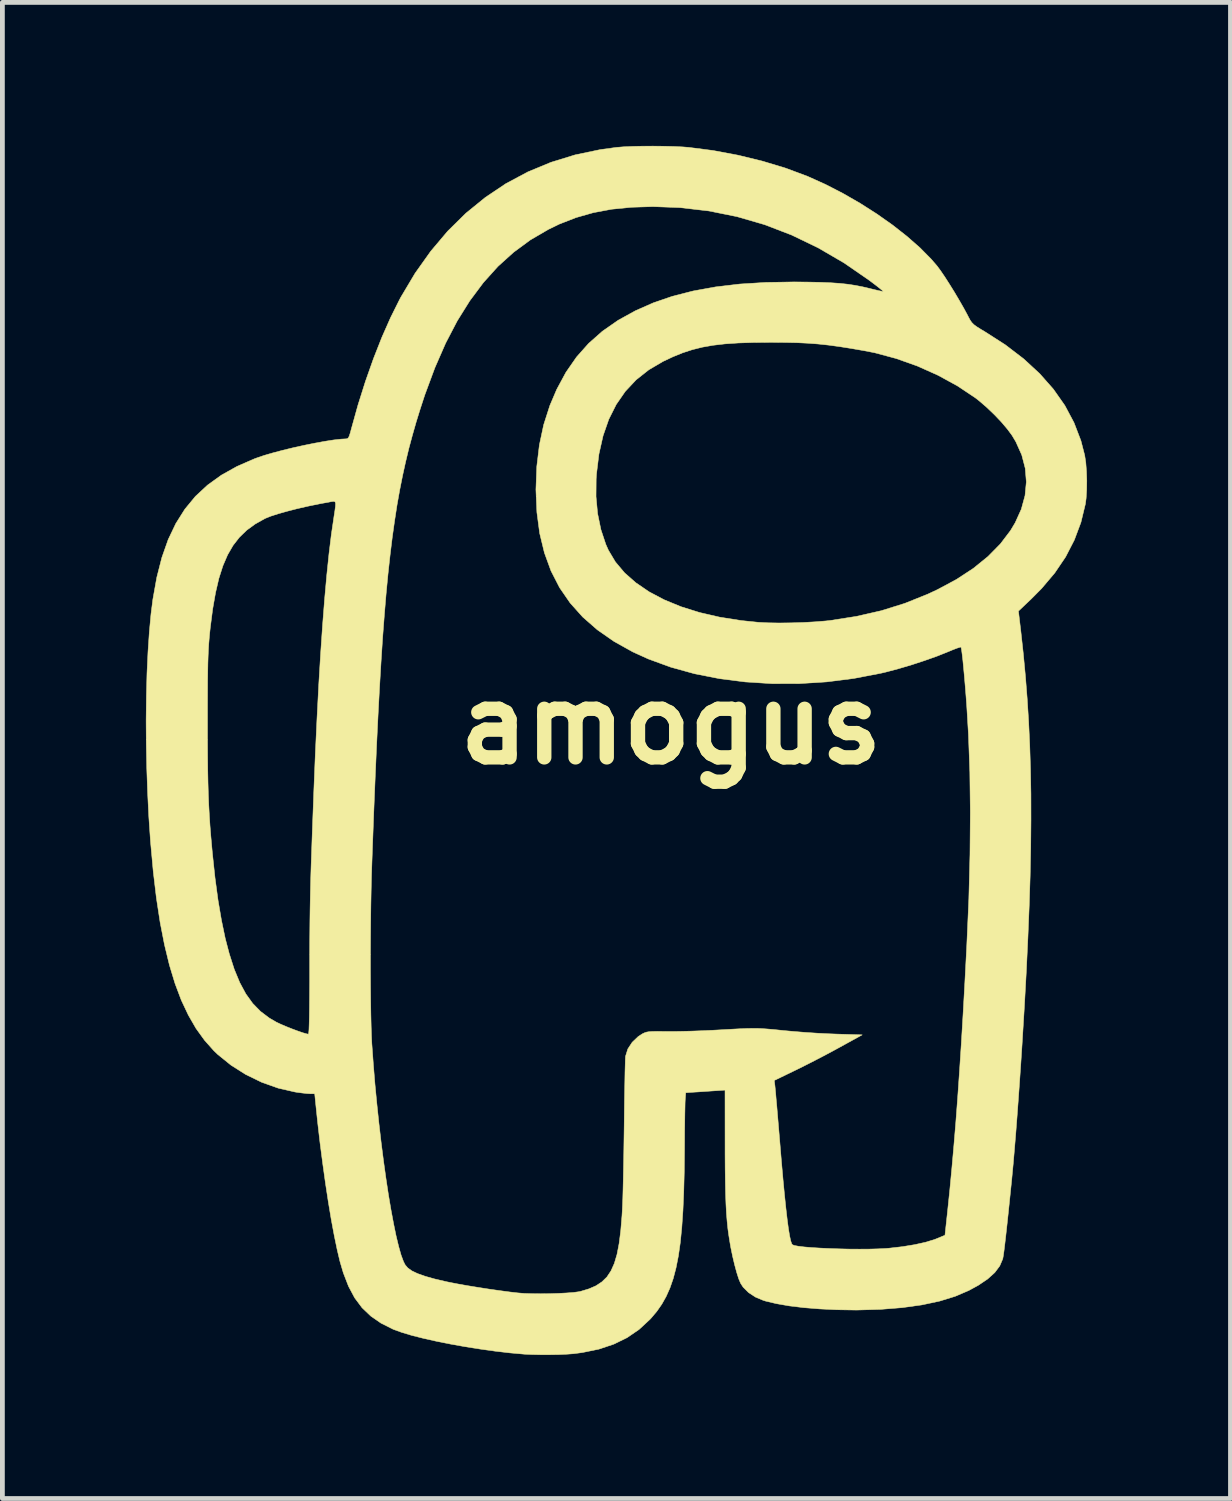
<source format=kicad_pcb>
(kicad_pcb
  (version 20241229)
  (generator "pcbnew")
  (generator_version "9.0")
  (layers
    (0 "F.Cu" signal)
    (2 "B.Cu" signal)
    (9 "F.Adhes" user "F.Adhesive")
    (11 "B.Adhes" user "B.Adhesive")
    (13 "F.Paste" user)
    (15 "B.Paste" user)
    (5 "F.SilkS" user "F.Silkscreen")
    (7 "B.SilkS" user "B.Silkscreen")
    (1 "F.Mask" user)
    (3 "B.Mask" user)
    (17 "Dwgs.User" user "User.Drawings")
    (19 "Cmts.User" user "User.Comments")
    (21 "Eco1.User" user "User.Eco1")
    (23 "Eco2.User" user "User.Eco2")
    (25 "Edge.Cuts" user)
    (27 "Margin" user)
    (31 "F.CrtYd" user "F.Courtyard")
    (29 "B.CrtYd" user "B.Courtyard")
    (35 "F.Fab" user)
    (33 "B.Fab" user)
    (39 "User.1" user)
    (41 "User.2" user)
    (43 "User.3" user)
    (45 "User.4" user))
  (footprint "amogus"
    (layer "F.Cu")
    (at 10.977 12.094)
    (property "Reference" "amogus" (at 0 0 0) (layer "F.SilkS") (effects (font (size 1.524 1.524) (thickness 0.3))))
    (attr through_hole)
    (fp_poly (pts (xy -0.153 -12.087) (xy 0.058 -12.082) (xy 0.245 -12.073) (xy 0.37 -12.063) (xy 0.883 -11.997) (xy 1.401 -11.9) (xy 1.91 -11.776) (xy 2.397 -11.629) (xy 2.85 -11.46) (xy 2.866 -11.453) (xy 3.23 -11.289) (xy 3.595 -11.101) (xy 3.955 -10.894) (xy 4.303 -10.672) (xy 4.632 -10.44) (xy 4.935 -10.202) (xy 5.207 -9.963) (xy 5.439 -9.728) (xy 5.561 -9.587) (xy 5.633 -9.49) (xy 5.723 -9.358) (xy 5.823 -9.202) (xy 5.928 -9.033) (xy 6.03 -8.86) (xy 6.124 -8.696) (xy 6.203 -8.549) (xy 6.217 -8.521) (xy 6.253 -8.454) (xy 6.288 -8.403) (xy 6.332 -8.358) (xy 6.395 -8.312) (xy 6.486 -8.255) (xy 6.557 -8.213) (xy 6.989 -7.936) (xy 7.372 -7.643) (xy 7.708 -7.333) (xy 7.995 -7.008) (xy 8.235 -6.666) (xy 8.426 -6.307) (xy 8.57 -5.932) (xy 8.649 -5.626) (xy 8.672 -5.475) (xy 8.686 -5.293) (xy 8.693 -5.096) (xy 8.69 -4.901) (xy 8.679 -4.726) (xy 8.664 -4.61) (xy 8.57 -4.222) (xy 8.432 -3.854) (xy 8.251 -3.503) (xy 8.023 -3.166) (xy 7.747 -2.84) (xy 7.533 -2.624) (xy 7.264 -2.369) (xy 7.315 -1.94) (xy 7.366 -1.475) (xy 7.41 -1.008) (xy 7.447 -0.537) (xy 7.477 -0.059) (xy 7.5 0.431) (xy 7.516 0.935) (xy 7.525 1.457) (xy 7.526 2) (xy 7.521 2.569) (xy 7.509 3.165) (xy 7.489 3.793) (xy 7.462 4.456) (xy 7.429 5.157) (xy 7.388 5.901) (xy 7.34 6.689) (xy 7.314 7.087) (xy 7.288 7.469) (xy 7.261 7.848) (xy 7.234 8.216) (xy 7.207 8.567) (xy 7.18 8.892) (xy 7.155 9.184) (xy 7.131 9.436) (xy 7.124 9.512) (xy 7.086 9.881) (xy 7.053 10.2) (xy 7.024 10.471) (xy 6.999 10.697) (xy 6.978 10.878) (xy 6.961 11.016) (xy 6.947 11.113) (xy 6.937 11.169) (xy 6.935 11.176) (xy 6.873 11.321) (xy 6.769 11.46) (xy 6.619 11.595) (xy 6.423 11.727) (xy 6.225 11.835) (xy 5.942 11.956) (xy 5.614 12.057) (xy 5.243 12.136) (xy 4.832 12.193) (xy 4.382 12.229) (xy 3.896 12.243) (xy 3.847 12.243) (xy 3.471 12.237) (xy 3.113 12.22) (xy 2.777 12.193) (xy 2.471 12.156) (xy 2.202 12.109) (xy 1.975 12.055) (xy 1.93 12.041) (xy 1.766 11.972) (xy 1.621 11.877) (xy 1.508 11.764) (xy 1.456 11.684) (xy 1.417 11.592) (xy 1.375 11.46) (xy 1.331 11.298) (xy 1.288 11.117) (xy 1.249 10.927) (xy 1.235 10.846) (xy 1.211 10.697) (xy 1.19 10.547) (xy 1.174 10.391) (xy 1.16 10.222) (xy 1.15 10.034) (xy 1.142 9.821) (xy 1.137 9.579) (xy 1.133 9.3) (xy 1.131 8.979) (xy 1.131 8.807) (xy 1.13 7.645) (xy 0.94 7.658) (xy 0.817 7.666) (xy 0.674 7.676) (xy 0.538 7.685) (xy 0.529 7.685) (xy 0.309 7.7) (xy 0.298 7.844) (xy 0.295 7.904) (xy 0.293 8.007) (xy 0.29 8.147) (xy 0.288 8.317) (xy 0.285 8.508) (xy 0.284 8.715) (xy 0.283 8.865) (xy 0.278 9.346) (xy 0.267 9.779) (xy 0.25 10.17) (xy 0.226 10.519) (xy 0.195 10.832) (xy 0.155 11.111) (xy 0.106 11.36) (xy 0.048 11.582) (xy -0.021 11.781) (xy -0.101 11.96) (xy -0.192 12.122) (xy -0.296 12.271) (xy -0.414 12.411) (xy -0.441 12.44) (xy -0.667 12.649) (xy -0.918 12.821) (xy -1.197 12.957) (xy -1.508 13.061) (xy -1.855 13.132) (xy -2.037 13.156) (xy -2.173 13.166) (xy -2.344 13.174) (xy -2.534 13.177) (xy -2.728 13.177) (xy -2.91 13.173) (xy -3.065 13.166) (xy -3.073 13.165) (xy -3.367 13.139) (xy -3.674 13.103) (xy -3.989 13.059) (xy -4.304 13.009) (xy -4.612 12.954) (xy -4.906 12.895) (xy -5.178 12.834) (xy -5.423 12.772) (xy -5.632 12.709) (xy -5.798 12.649) (xy -5.816 12.641) (xy -6.064 12.516) (xy -6.276 12.369) (xy -6.458 12.195) (xy -6.612 11.989) (xy -6.741 11.747) (xy -6.85 11.465) (xy -6.92 11.227) (xy -6.979 10.978) (xy -7.04 10.684) (xy -7.102 10.351) (xy -7.163 9.985) (xy -7.223 9.591) (xy -7.281 9.176) (xy -7.337 8.746) (xy -7.388 8.306) (xy -7.431 7.893) (xy -7.448 7.722) (xy -7.54 7.721) (xy -7.608 7.717) (xy -7.707 7.706) (xy -7.821 7.691) (xy -7.863 7.684) (xy -8.211 7.604) (xy -8.557 7.481) (xy -8.89 7.319) (xy -9.199 7.123) (xy -9.476 6.899) (xy -9.557 6.821) (xy -9.751 6.603) (xy -9.929 6.356) (xy -10.09 6.077) (xy -10.237 5.765) (xy -10.368 5.417) (xy -10.485 5.032) (xy -10.588 4.608) (xy -10.679 4.141) (xy -10.757 3.632) (xy -10.823 3.077) (xy -10.878 2.474) (xy -10.882 2.426) (xy -10.916 1.93) (xy -10.941 1.423) (xy -10.959 0.91) (xy -10.969 0.398) (xy -10.972 -0.051) (xy -9.689 -0.051) (xy -9.689 0.323) (xy -9.687 0.654) (xy -9.684 0.948) (xy -9.679 1.212) (xy -9.672 1.454) (xy -9.663 1.68) (xy -9.651 1.898) (xy -9.637 2.115) (xy -9.619 2.338) (xy -9.598 2.573) (xy -9.587 2.692) (xy -9.532 3.207) (xy -9.469 3.674) (xy -9.397 4.096) (xy -9.318 4.475) (xy -9.234 4.795) (xy -9.13 5.119) (xy -9.015 5.397) (xy -8.888 5.633) (xy -8.744 5.833) (xy -8.581 6) (xy -8.395 6.14) (xy -8.253 6.223) (xy -8.162 6.266) (xy -8.048 6.315) (xy -7.925 6.364) (xy -7.804 6.409) (xy -7.697 6.446) (xy -7.616 6.469) (xy -7.581 6.476) (xy -7.574 6.454) (xy -7.568 6.39) (xy -7.564 6.28) (xy -7.56 6.125) (xy -7.557 5.923) (xy -7.555 5.673) (xy -7.553 5.374) (xy -7.553 5.147) (xy -6.283 5.147) (xy -6.281 5.471) (xy -6.278 5.777) (xy -6.274 6.057) (xy -6.268 6.307) (xy -6.261 6.518) (xy -6.253 6.686) (xy -6.252 6.693) (xy -6.222 7.107) (xy -6.188 7.523) (xy -6.148 7.936) (xy -6.105 8.343) (xy -6.059 8.739) (xy -6.01 9.122) (xy -5.959 9.487) (xy -5.907 9.831) (xy -5.853 10.149) (xy -5.799 10.438) (xy -5.746 10.695) (xy -5.693 10.914) (xy -5.642 11.094) (xy -5.592 11.229) (xy -5.557 11.298) (xy -5.502 11.363) (xy -5.417 11.424) (xy -5.297 11.481) (xy -5.14 11.537) (xy -4.941 11.593) (xy -4.697 11.65) (xy -4.61 11.668) (xy -4.449 11.699) (xy -4.252 11.734) (xy -4.031 11.77) (xy -3.8 11.806) (xy -3.574 11.838) (xy -3.365 11.866) (xy -3.2 11.885) (xy -3.067 11.896) (xy -2.905 11.901) (xy -2.725 11.903) (xy -2.538 11.901) (xy -2.353 11.895) (xy -2.182 11.886) (xy -2.036 11.875) (xy -1.924 11.86) (xy -1.887 11.852) (xy -1.715 11.8) (xy -1.568 11.736) (xy -1.444 11.654) (xy -1.339 11.552) (xy -1.254 11.424) (xy -1.184 11.268) (xy -1.128 11.079) (xy -1.084 10.852) (xy -1.05 10.584) (xy -1.024 10.271) (xy -1.018 10.168) (xy -1.013 10.063) (xy -1.007 9.914) (xy -1.002 9.728) (xy -0.997 9.511) (xy -0.992 9.269) (xy -0.987 9.01) (xy -0.983 8.74) (xy -0.979 8.465) (xy -0.978 8.395) (xy -0.975 8.133) (xy -0.972 7.884) (xy -0.968 7.653) (xy -0.964 7.446) (xy -0.961 7.266) (xy -0.957 7.121) (xy -0.954 7.013) (xy -0.951 6.949) (xy -0.949 6.935) (xy -0.902 6.785) (xy -0.811 6.646) (xy -0.687 6.527) (xy -0.597 6.468) (xy -0.555 6.448) (xy -0.512 6.433) (xy -0.458 6.424) (xy -0.384 6.419) (xy -0.282 6.418) (xy -0.14 6.419) (xy -0.089 6.42) (xy 0.049 6.42) (xy 0.225 6.417) (xy 0.429 6.412) (xy 0.647 6.404) (xy 0.869 6.394) (xy 1.054 6.384) (xy 1.267 6.372) (xy 1.439 6.363) (xy 1.58 6.357) (xy 1.699 6.355) (xy 1.805 6.355) (xy 1.91 6.36) (xy 2.021 6.368) (xy 2.149 6.379) (xy 2.304 6.395) (xy 2.362 6.401) (xy 2.573 6.42) (xy 2.809 6.439) (xy 3.052 6.455) (xy 3.282 6.467) (xy 3.466 6.474) (xy 3.998 6.49) (xy 3.528 6.749) (xy 3.348 6.847) (xy 3.144 6.955) (xy 2.935 7.063) (xy 2.739 7.162) (xy 2.609 7.226) (xy 2.16 7.443) (xy 2.173 7.55) (xy 2.178 7.599) (xy 2.187 7.691) (xy 2.198 7.823) (xy 2.213 7.987) (xy 2.229 8.179) (xy 2.247 8.391) (xy 2.266 8.618) (xy 2.275 8.725) (xy 2.31 9.146) (xy 2.343 9.518) (xy 2.374 9.841) (xy 2.403 10.118) (xy 2.43 10.35) (xy 2.455 10.538) (xy 2.479 10.684) (xy 2.501 10.789) (xy 2.522 10.853) (xy 2.536 10.876) (xy 2.577 10.893) (xy 2.663 10.909) (xy 2.787 10.924) (xy 2.941 10.937) (xy 3.12 10.948) (xy 3.316 10.957) (xy 3.523 10.964) (xy 3.734 10.969) (xy 3.942 10.97) (xy 4.142 10.969) (xy 4.326 10.964) (xy 4.488 10.956) (xy 4.562 10.95) (xy 4.84 10.918) (xy 5.096 10.876) (xy 5.321 10.826) (xy 5.506 10.77) (xy 5.562 10.748) (xy 5.728 10.679) (xy 5.783 10.172) (xy 5.829 9.731) (xy 5.872 9.278) (xy 5.914 8.807) (xy 5.955 8.315) (xy 5.994 7.797) (xy 6.032 7.25) (xy 6.07 6.669) (xy 6.107 6.05) (xy 6.144 5.389) (xy 6.181 4.681) (xy 6.184 4.623) (xy 6.227 3.647) (xy 6.251 2.718) (xy 6.258 1.835) (xy 6.248 1) (xy 6.219 0.21) (xy 6.184 -0.374) (xy 6.168 -0.592) (xy 6.151 -0.803) (xy 6.134 -1.003) (xy 6.117 -1.185) (xy 6.102 -1.342) (xy 6.087 -1.47) (xy 6.075 -1.561) (xy 6.065 -1.611) (xy 6.062 -1.617) (xy 6.036 -1.612) (xy 5.972 -1.591) (xy 5.882 -1.556) (xy 5.781 -1.514) (xy 5.558 -1.425) (xy 5.301 -1.334) (xy 5.027 -1.244) (xy 4.752 -1.163) (xy 4.492 -1.094) (xy 4.394 -1.071) (xy 3.828 -0.962) (xy 3.257 -0.889) (xy 2.685 -0.853) (xy 2.117 -0.852) (xy 1.56 -0.887) (xy 1.017 -0.956) (xy 0.493 -1.059) (xy -0.005 -1.197) (xy -0.473 -1.368) (xy -0.797 -1.515) (xy -1.19 -1.734) (xy -1.539 -1.977) (xy -1.845 -2.245) (xy -2.108 -2.539) (xy -2.329 -2.86) (xy -2.508 -3.209) (xy -2.646 -3.588) (xy -2.745 -3.996) (xy -2.803 -4.435) (xy -2.817 -4.763) (xy -1.567 -4.763) (xy -1.534 -4.408) (xy -1.465 -4.073) (xy -1.363 -3.766) (xy -1.309 -3.644) (xy -1.162 -3.397) (xy -0.97 -3.169) (xy -0.734 -2.961) (xy -0.457 -2.772) (xy -0.141 -2.605) (xy 0.212 -2.46) (xy 0.599 -2.339) (xy 1.019 -2.242) (xy 1.469 -2.171) (xy 1.829 -2.134) (xy 2.026 -2.124) (xy 2.259 -2.12) (xy 2.513 -2.123) (xy 2.771 -2.131) (xy 3.019 -2.145) (xy 3.242 -2.163) (xy 3.332 -2.173) (xy 3.88 -2.259) (xy 4.397 -2.377) (xy 4.89 -2.531) (xy 5.368 -2.723) (xy 5.575 -2.82) (xy 5.97 -3.032) (xy 6.321 -3.262) (xy 6.627 -3.51) (xy 6.886 -3.773) (xy 7.098 -4.052) (xy 7.196 -4.216) (xy 7.324 -4.499) (xy 7.402 -4.785) (xy 7.429 -5.07) (xy 7.406 -5.354) (xy 7.333 -5.634) (xy 7.21 -5.908) (xy 7.13 -6.042) (xy 7.033 -6.173) (xy 6.906 -6.323) (xy 6.758 -6.478) (xy 6.601 -6.628) (xy 6.447 -6.761) (xy 6.363 -6.827) (xy 5.991 -7.075) (xy 5.584 -7.298) (xy 5.153 -7.491) (xy 4.708 -7.649) (xy 4.261 -7.769) (xy 4.064 -7.808) (xy 3.772 -7.859) (xy 3.518 -7.899) (xy 3.289 -7.93) (xy 3.073 -7.953) (xy 2.857 -7.969) (xy 2.631 -7.98) (xy 2.38 -7.985) (xy 2.094 -7.987) (xy 2.083 -7.987) (xy 1.724 -7.984) (xy 1.408 -7.974) (xy 1.129 -7.955) (xy 0.88 -7.926) (xy 0.654 -7.886) (xy 0.443 -7.833) (xy 0.241 -7.767) (xy 0.042 -7.686) (xy -0.162 -7.59) (xy -0.165 -7.589) (xy -0.465 -7.412) (xy -0.728 -7.204) (xy -0.955 -6.962) (xy -1.145 -6.687) (xy -1.3 -6.378) (xy -1.42 -6.033) (xy -1.506 -5.652) (xy -1.557 -5.234) (xy -1.564 -5.128) (xy -1.567 -4.763) (xy -2.817 -4.763) (xy -2.823 -4.907) (xy -2.823 -4.913) (xy -2.805 -5.393) (xy -2.751 -5.842) (xy -2.661 -6.264) (xy -2.532 -6.666) (xy -2.389 -7.002) (xy -2.196 -7.36) (xy -1.975 -7.679) (xy -1.722 -7.964) (xy -1.434 -8.219) (xy -1.107 -8.447) (xy -0.745 -8.647) (xy -0.372 -8.812) (xy 0.03 -8.95) (xy 0.464 -9.061) (xy 0.932 -9.146) (xy 1.438 -9.206) (xy 1.983 -9.24) (xy 2.57 -9.25) (xy 2.576 -9.25) (xy 2.871 -9.247) (xy 3.123 -9.242) (xy 3.339 -9.233) (xy 3.528 -9.22) (xy 3.696 -9.202) (xy 3.852 -9.178) (xy 4.002 -9.149) (xy 4.139 -9.117) (xy 4.253 -9.089) (xy 4.347 -9.067) (xy 4.412 -9.054) (xy 4.437 -9.052) (xy 4.421 -9.069) (xy 4.371 -9.111) (xy 4.294 -9.172) (xy 4.196 -9.246) (xy 4.147 -9.283) (xy 3.618 -9.648) (xy 3.077 -9.963) (xy 2.524 -10.23) (xy 1.959 -10.447) (xy 1.381 -10.615) (xy 0.791 -10.734) (xy 0.188 -10.804) (xy -0.381 -10.825) (xy -0.829 -10.811) (xy -1.241 -10.77) (xy -1.624 -10.698) (xy -1.986 -10.595) (xy -2.335 -10.459) (xy -2.565 -10.347) (xy -2.94 -10.128) (xy -3.29 -9.87) (xy -3.618 -9.574) (xy -3.922 -9.236) (xy -4.205 -8.857) (xy -4.468 -8.436) (xy -4.711 -7.97) (xy -4.935 -7.458) (xy -5.142 -6.9) (xy -5.154 -6.865) (xy -5.243 -6.592) (xy -5.327 -6.321) (xy -5.405 -6.048) (xy -5.479 -5.773) (xy -5.547 -5.491) (xy -5.611 -5.201) (xy -5.671 -4.9) (xy -5.727 -4.586) (xy -5.778 -4.256) (xy -5.827 -3.908) (xy -5.872 -3.54) (xy -5.915 -3.149) (xy -5.955 -2.732) (xy -5.992 -2.288) (xy -6.028 -1.813) (xy -6.061 -1.306) (xy -6.093 -0.763) (xy -6.124 -0.183) (xy -6.154 0.437) (xy -6.183 1.1) (xy -6.212 1.807) (xy -6.24 2.562) (xy -6.252 2.896) (xy -6.261 3.171) (xy -6.268 3.472) (xy -6.274 3.793) (xy -6.278 4.128) (xy -6.281 4.469) (xy -6.283 4.811) (xy -6.283 5.147) (xy -7.553 5.147) (xy -7.553 5.086) (xy -7.553 4.814) (xy -7.552 4.563) (xy -7.55 4.329) (xy -7.548 4.104) (xy -7.545 3.884) (xy -7.541 3.663) (xy -7.536 3.434) (xy -7.53 3.193) (xy -7.522 2.932) (xy -7.512 2.646) (xy -7.501 2.329) (xy -7.488 1.975) (xy -7.473 1.579) (xy -7.467 1.41) (xy -7.435 0.62) (xy -7.4 -0.123) (xy -7.364 -0.819) (xy -7.325 -1.466) (xy -7.284 -2.065) (xy -7.241 -2.616) (xy -7.196 -3.117) (xy -7.149 -3.569) (xy -7.1 -3.971) (xy -7.048 -4.323) (xy -7.047 -4.331) (xy -7.026 -4.468) (xy -7.014 -4.562) (xy -7.012 -4.621) (xy -7.022 -4.652) (xy -7.044 -4.663) (xy -7.079 -4.66) (xy -7.093 -4.658) (xy -7.337 -4.613) (xy -7.578 -4.564) (xy -7.81 -4.511) (xy -8.024 -4.456) (xy -8.212 -4.403) (xy -8.367 -4.353) (xy -8.481 -4.307) (xy -8.495 -4.3) (xy -8.694 -4.188) (xy -8.869 -4.06) (xy -9.022 -3.912) (xy -9.155 -3.741) (xy -9.269 -3.544) (xy -9.367 -3.316) (xy -9.451 -3.054) (xy -9.521 -2.754) (xy -9.581 -2.412) (xy -9.631 -2.024) (xy -9.644 -1.901) (xy -9.654 -1.792) (xy -9.663 -1.681) (xy -9.67 -1.562) (xy -9.676 -1.431) (xy -9.681 -1.28) (xy -9.684 -1.106) (xy -9.687 -0.903) (xy -9.688 -0.665) (xy -9.689 -0.387) (xy -9.689 -0.064) (xy -9.689 -0.051) (xy -10.972 -0.051) (xy -10.972 -0.107) (xy -10.966 -0.599) (xy -10.954 -1.072) (xy -10.933 -1.519) (xy -10.905 -1.934) (xy -10.87 -2.31) (xy -10.831 -2.616) (xy -10.749 -3.074) (xy -10.643 -3.489) (xy -10.511 -3.864) (xy -10.351 -4.2) (xy -10.162 -4.5) (xy -9.942 -4.767) (xy -9.688 -5.003) (xy -9.399 -5.211) (xy -9.074 -5.393) (xy -8.71 -5.552) (xy -8.661 -5.57) (xy -8.509 -5.622) (xy -8.324 -5.676) (xy -8.116 -5.731) (xy -7.894 -5.785) (xy -7.667 -5.835) (xy -7.444 -5.88) (xy -7.236 -5.918) (xy -7.05 -5.947) (xy -6.896 -5.964) (xy -6.804 -5.969) (xy -6.77 -5.972) (xy -6.746 -5.989) (xy -6.725 -6.03) (xy -6.702 -6.103) (xy -6.682 -6.179) (xy -6.542 -6.681) (xy -6.387 -7.172) (xy -6.22 -7.645) (xy -6.044 -8.092) (xy -5.862 -8.504) (xy -5.677 -8.875) (xy -5.649 -8.928) (xy -5.349 -9.432) (xy -5.022 -9.892) (xy -4.668 -10.311) (xy -4.288 -10.686) (xy -3.881 -11.017) (xy -3.45 -11.306) (xy -2.993 -11.55) (xy -2.511 -11.75) (xy -2.005 -11.906) (xy -1.475 -12.017) (xy -1.138 -12.063) (xy -0.992 -12.075) (xy -0.808 -12.083) (xy -0.599 -12.088) (xy -0.376 -12.089) (xy -0.153 -12.087)) (stroke (width 0.01) (type solid)) (fill yes) (layer "F.SilkS")))
  (gr_rect
    (start -3 -3)
    (end 22.674 28.277)
    (stroke (width 0.1) (type default))
    (fill no)
    (layer "Edge.Cuts")))
</source>
